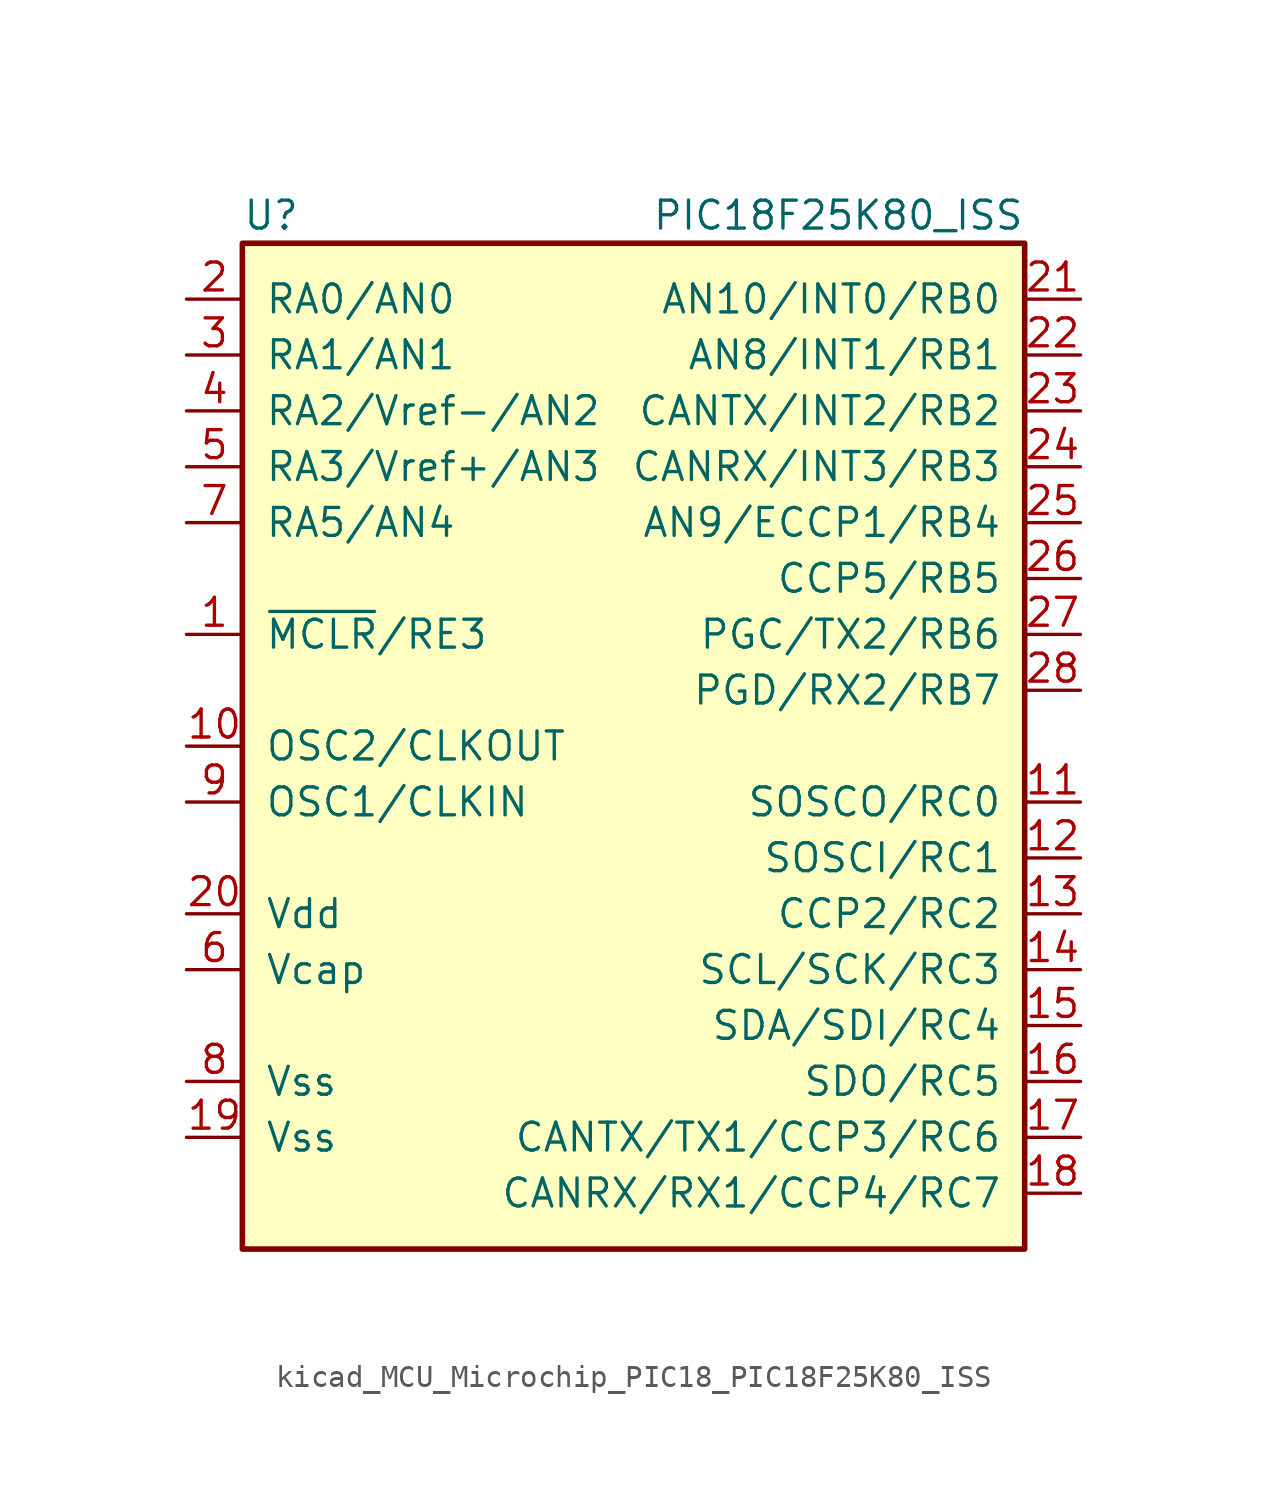
<source format=kicad_sym>
(kicad_symbol_lib
  (version 20220914)
  (generator kicad_symbol_editor)
  (symbol "kicad_MCU_Microchip_PIC18_PIC18F25K80_ISS"
    (pin_names
      (offset 1.016))
    (property "Reference" "U"
      (at -17.78 24.13 0)
      (effects (font (size 1.27 1.27)) (justify left)))
    (property "Value" "PIC18F25K80_ISS"
      (at 17.78 24.13 0)
      (effects (font (size 1.27 1.27)) (justify right)))
    (symbol "kicad_MCU_Microchip_PIC18_PIC18F25K80_ISS_0_1"
      (rectangle (start -17.78 22.86) (end 17.78 -22.86) (stroke (width 0.254) (type default)) (fill (type background))))
    (symbol "kicad_MCU_Microchip_PIC18_PIC18F25K80_ISS_1_1"
      (pin bidirectional line (at -20.32 5.08 0) (length 2.54) (name "~{MCLR}/RE3" (effects (font (size 1.27 1.27)))) (number "1" (effects (font (size 1.27 1.27)))))
      (pin input line (at -20.32 0 0) (length 2.54) (name "OSC2/CLKOUT" (effects (font (size 1.27 1.27)))) (number "10" (effects (font (size 1.27 1.27)))))
      (pin bidirectional line (at 20.32 -2.54 180) (length 2.54) (name "SOSCO/RC0" (effects (font (size 1.27 1.27)))) (number "11" (effects (font (size 1.27 1.27)))))
      (pin bidirectional line (at 20.32 -5.08 180) (length 2.54) (name "SOSCI/RC1" (effects (font (size 1.27 1.27)))) (number "12" (effects (font (size 1.27 1.27)))))
      (pin bidirectional line (at 20.32 -7.62 180) (length 2.54) (name "CCP2/RC2" (effects (font (size 1.27 1.27)))) (number "13" (effects (font (size 1.27 1.27)))))
      (pin bidirectional line (at 20.32 -10.16 180) (length 2.54) (name "SCL/SCK/RC3" (effects (font (size 1.27 1.27)))) (number "14" (effects (font (size 1.27 1.27)))))
      (pin bidirectional line (at 20.32 -12.7 180) (length 2.54) (name "SDA/SDI/RC4" (effects (font (size 1.27 1.27)))) (number "15" (effects (font (size 1.27 1.27)))))
      (pin bidirectional line (at 20.32 -15.24 180) (length 2.54) (name "SDO/RC5" (effects (font (size 1.27 1.27)))) (number "16" (effects (font (size 1.27 1.27)))))
      (pin bidirectional line (at 20.32 -17.78 180) (length 2.54) (name "CANTX/TX1/CCP3/RC6" (effects (font (size 1.27 1.27)))) (number "17" (effects (font (size 1.27 1.27)))))
      (pin bidirectional line (at 20.32 -20.32 180) (length 2.54) (name "CANRX/RX1/CCP4/RC7" (effects (font (size 1.27 1.27)))) (number "18" (effects (font (size 1.27 1.27)))))
      (pin power_in line (at -20.32 -17.78 0) (length 2.54) (name "Vss" (effects (font (size 1.27 1.27)))) (number "19" (effects (font (size 1.27 1.27)))))
      (pin bidirectional line (at -20.32 20.32 0) (length 2.54) (name "RA0/AN0" (effects (font (size 1.27 1.27)))) (number "2" (effects (font (size 1.27 1.27)))))
      (pin power_in line (at -20.32 -7.62 0) (length 2.54) (name "Vdd" (effects (font (size 1.27 1.27)))) (number "20" (effects (font (size 1.27 1.27)))))
      (pin bidirectional line (at 20.32 20.32 180) (length 2.54) (name "AN10/INT0/RB0" (effects (font (size 1.27 1.27)))) (number "21" (effects (font (size 1.27 1.27)))))
      (pin bidirectional line (at 20.32 17.78 180) (length 2.54) (name "AN8/INT1/RB1" (effects (font (size 1.27 1.27)))) (number "22" (effects (font (size 1.27 1.27)))))
      (pin bidirectional line (at 20.32 15.24 180) (length 2.54) (name "CANTX/INT2/RB2" (effects (font (size 1.27 1.27)))) (number "23" (effects (font (size 1.27 1.27)))))
      (pin bidirectional line (at 20.32 12.7 180) (length 2.54) (name "CANRX/INT3/RB3" (effects (font (size 1.27 1.27)))) (number "24" (effects (font (size 1.27 1.27)))))
      (pin bidirectional line (at 20.32 10.16 180) (length 2.54) (name "AN9/ECCP1/RB4" (effects (font (size 1.27 1.27)))) (number "25" (effects (font (size 1.27 1.27)))))
      (pin bidirectional line (at 20.32 7.62 180) (length 2.54) (name "CCP5/RB5" (effects (font (size 1.27 1.27)))) (number "26" (effects (font (size 1.27 1.27)))))
      (pin bidirectional line (at 20.32 5.08 180) (length 2.54) (name "PGC/TX2/RB6" (effects (font (size 1.27 1.27)))) (number "27" (effects (font (size 1.27 1.27)))))
      (pin bidirectional line (at 20.32 2.54 180) (length 2.54) (name "PGD/RX2/RB7" (effects (font (size 1.27 1.27)))) (number "28" (effects (font (size 1.27 1.27)))))
      (pin bidirectional line (at -20.32 17.78 0) (length 2.54) (name "RA1/AN1" (effects (font (size 1.27 1.27)))) (number "3" (effects (font (size 1.27 1.27)))))
      (pin bidirectional line (at -20.32 15.24 0) (length 2.54) (name "RA2/Vref-/AN2" (effects (font (size 1.27 1.27)))) (number "4" (effects (font (size 1.27 1.27)))))
      (pin bidirectional line (at -20.32 12.7 0) (length 2.54) (name "RA3/Vref+/AN3" (effects (font (size 1.27 1.27)))) (number "5" (effects (font (size 1.27 1.27)))))
      (pin power_in line (at -20.32 -10.16 0) (length 2.54) (name "Vcap" (effects (font (size 1.27 1.27)))) (number "6" (effects (font (size 1.27 1.27)))))
      (pin bidirectional line (at -20.32 10.16 0) (length 2.54) (name "RA5/AN4" (effects (font (size 1.27 1.27)))) (number "7" (effects (font (size 1.27 1.27)))))
      (pin power_in line (at -20.32 -15.24 0) (length 2.54) (name "Vss" (effects (font (size 1.27 1.27)))) (number "8" (effects (font (size 1.27 1.27)))))
      (pin input line (at -20.32 -2.54 0) (length 2.54) (name "OSC1/CLKIN" (effects (font (size 1.27 1.27)))) (number "9" (effects (font (size 1.27 1.27))))))))
</source>
